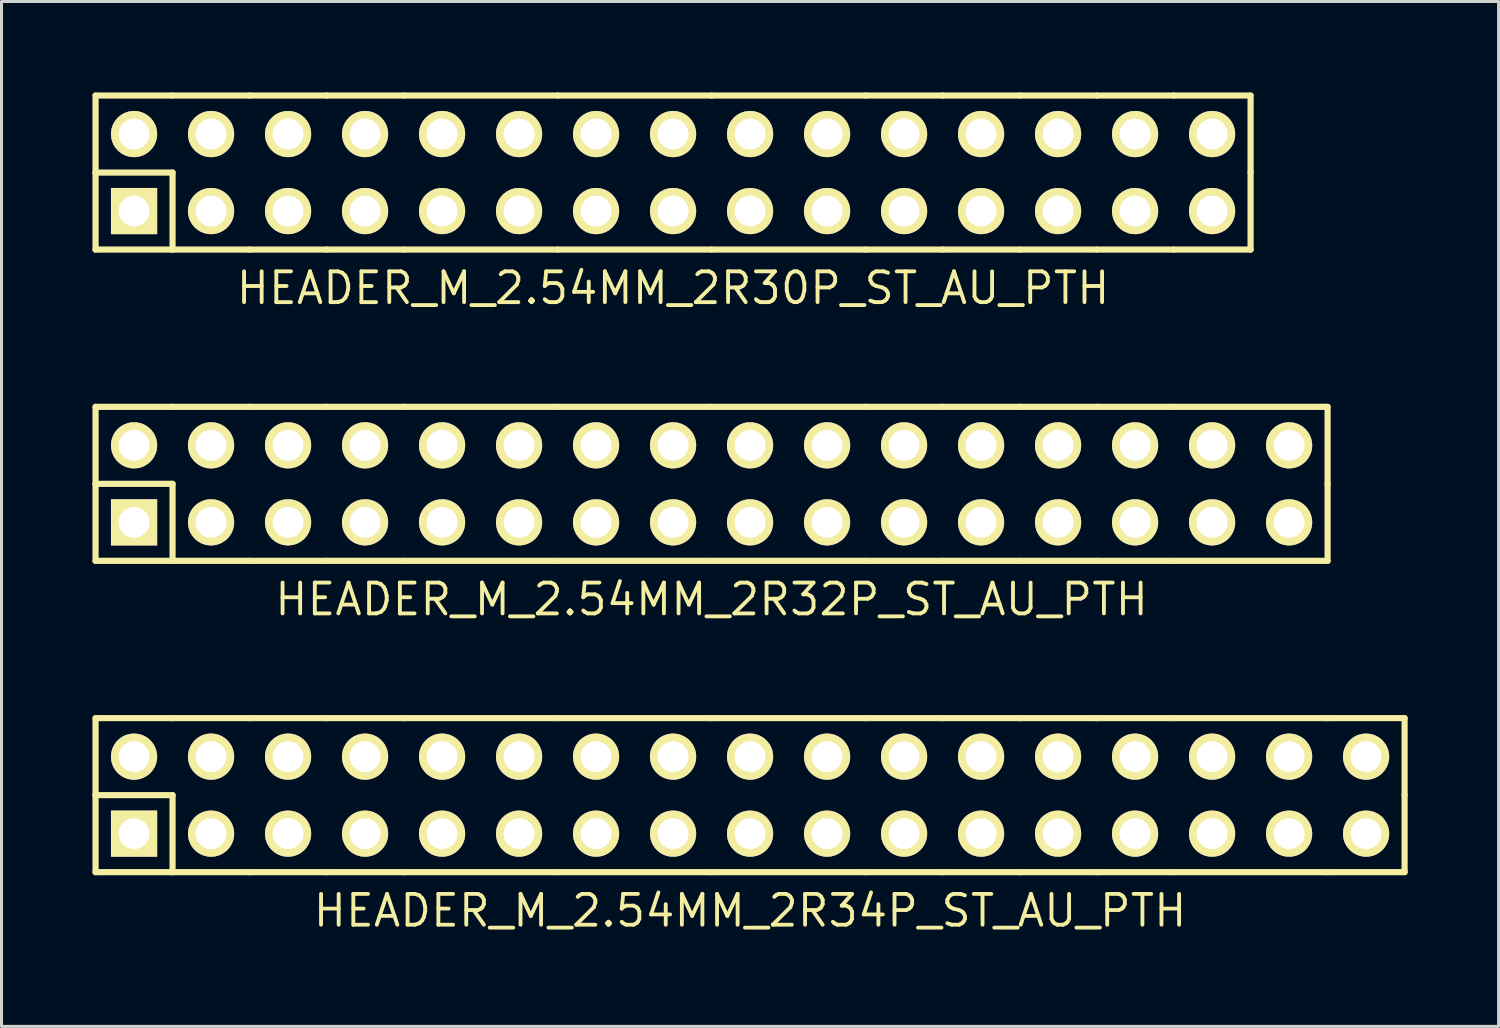
<source format=kicad_pcb>
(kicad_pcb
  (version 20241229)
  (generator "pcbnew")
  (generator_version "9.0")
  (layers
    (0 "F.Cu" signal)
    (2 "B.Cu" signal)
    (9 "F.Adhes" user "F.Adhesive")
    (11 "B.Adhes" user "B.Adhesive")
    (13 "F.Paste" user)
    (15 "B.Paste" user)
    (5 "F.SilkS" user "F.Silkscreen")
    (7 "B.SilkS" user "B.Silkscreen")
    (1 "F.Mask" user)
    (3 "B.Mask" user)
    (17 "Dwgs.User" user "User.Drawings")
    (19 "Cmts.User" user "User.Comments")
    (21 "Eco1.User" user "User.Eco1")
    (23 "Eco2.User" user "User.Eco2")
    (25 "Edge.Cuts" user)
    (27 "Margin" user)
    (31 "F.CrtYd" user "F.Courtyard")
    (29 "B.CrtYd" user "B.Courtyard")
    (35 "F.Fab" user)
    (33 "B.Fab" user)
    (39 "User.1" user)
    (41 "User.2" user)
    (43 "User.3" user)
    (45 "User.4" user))
  (footprint "HEADER_M_2.54MM_2R32P_ST_AU_PTH"
    (layer "F.Cu")
    (at 20.422 12.91)
    (property "Reference" "HEADER_M_2.54MM_2R32P_ST_AU_PTH" (at 0 3.81 0) (layer "F.SilkS") (effects (font (size 1.016 1.016) (thickness 0.127))))
    (attr through_hole)
    (fp_line (start -20.32 -2.54) (end -17.78 -2.54) (stroke (width 0.203) (type solid)) (layer "F.SilkS"))
    (fp_line (start -20.32 0) (end -20.32 -2.54) (stroke (width 0.203) (type solid)) (layer "F.SilkS"))
    (fp_line (start -20.32 0) (end -17.78 0) (stroke (width 0.203) (type solid)) (layer "F.SilkS"))
    (fp_line (start -20.32 2.54) (end -20.32 0) (stroke (width 0.203) (type solid)) (layer "F.SilkS"))
    (fp_line (start -20.32 2.54) (end -17.78 2.54) (stroke (width 0.203) (type solid)) (layer "F.SilkS"))
    (fp_line (start -17.78 -2.54) (end -15.24 -2.54) (stroke (width 0.203) (type solid)) (layer "F.SilkS"))
    (fp_line (start -17.78 0) (end -17.78 2.54) (stroke (width 0.203) (type solid)) (layer "F.SilkS"))
    (fp_line (start -17.78 2.54) (end -15.24 2.54) (stroke (width 0.203) (type solid)) (layer "F.SilkS"))
    (fp_line (start -15.24 -2.54) (end -12.7 -2.54) (stroke (width 0.203) (type solid)) (layer "F.SilkS"))
    (fp_line (start -15.24 2.54) (end -12.7 2.54) (stroke (width 0.203) (type solid)) (layer "F.SilkS"))
    (fp_line (start -12.7 -2.54) (end -10.16 -2.54) (stroke (width 0.203) (type solid)) (layer "F.SilkS"))
    (fp_line (start -12.7 2.54) (end -10.16 2.54) (stroke (width 0.203) (type solid)) (layer "F.SilkS"))
    (fp_line (start -10.16 -2.54) (end -5.08 -2.54) (stroke (width 0.203) (type solid)) (layer "F.SilkS"))
    (fp_line (start -10.16 2.54) (end -5.08 2.54) (stroke (width 0.203) (type solid)) (layer "F.SilkS"))
    (fp_line (start -5.08 -2.54) (end 0 -2.54) (stroke (width 0.203) (type solid)) (layer "F.SilkS"))
    (fp_line (start -5.08 2.54) (end 0 2.54) (stroke (width 0.203) (type solid)) (layer "F.SilkS"))
    (fp_line (start 0 -2.54) (end 5.08 -2.54) (stroke (width 0.203) (type solid)) (layer "F.SilkS"))
    (fp_line (start 0 2.54) (end 5.08 2.54) (stroke (width 0.203) (type solid)) (layer "F.SilkS"))
    (fp_line (start 5.08 -2.54) (end 7.62 -2.54) (stroke (width 0.203) (type solid)) (layer "F.SilkS"))
    (fp_line (start 5.08 2.54) (end 7.62 2.54) (stroke (width 0.203) (type solid)) (layer "F.SilkS"))
    (fp_line (start 7.62 -2.54) (end 10.16 -2.54) (stroke (width 0.203) (type solid)) (layer "F.SilkS"))
    (fp_line (start 7.62 2.54) (end 10.16 2.54) (stroke (width 0.203) (type solid)) (layer "F.SilkS"))
    (fp_line (start 10.16 -2.54) (end 12.7 -2.54) (stroke (width 0.203) (type solid)) (layer "F.SilkS"))
    (fp_line (start 10.16 2.54) (end 12.7 2.54) (stroke (width 0.203) (type solid)) (layer "F.SilkS"))
    (fp_line (start 12.7 -2.54) (end 15.24 -2.54) (stroke (width 0.203) (type solid)) (layer "F.SilkS"))
    (fp_line (start 12.7 2.54) (end 15.24 2.54) (stroke (width 0.203) (type solid)) (layer "F.SilkS"))
    (fp_line (start 15.24 -2.54) (end 20.32 -2.54) (stroke (width 0.203) (type solid)) (layer "F.SilkS"))
    (fp_line (start 15.24 2.54) (end 20.32 2.54) (stroke (width 0.203) (type solid)) (layer "F.SilkS"))
    (fp_line (start 20.32 -2.54) (end 20.32 0) (stroke (width 0.203) (type solid)) (layer "F.SilkS"))
    (fp_line (start 20.32 0) (end 20.32 2.54) (stroke (width 0.203) (type solid)) (layer "F.SilkS"))
    (pad "1" thru_hole rect (at -19.05 1.27) (size 1.524 1.524) (drill 1.016) (layers "*.Cu" "*.Mask" "F.SilkS"))
    (pad "2" thru_hole circle (at -19.05 -1.27) (size 1.524 1.524) (drill 1.016) (layers "*.Cu" "*.Mask" "F.SilkS"))
    (pad "3" thru_hole circle (at -16.51 -1.27) (size 1.524 1.524) (drill 1.016) (layers "*.Cu" "*.Mask" "F.SilkS"))
    (pad "4" thru_hole circle (at -16.51 1.27) (size 1.524 1.524) (drill 1.016) (layers "*.Cu" "*.Mask" "F.SilkS"))
    (pad "5" thru_hole circle (at -13.97 1.27) (size 1.524 1.524) (drill 1.016) (layers "*.Cu" "*.Mask" "F.SilkS"))
    (pad "6" thru_hole circle (at -13.97 -1.27) (size 1.524 1.524) (drill 1.016) (layers "*.Cu" "*.Mask" "F.SilkS"))
    (pad "7" thru_hole circle (at -11.43 1.27) (size 1.524 1.524) (drill 1.016) (layers "*.Cu" "*.Mask" "F.SilkS"))
    (pad "8" thru_hole circle (at -11.43 -1.27) (size 1.524 1.524) (drill 1.016) (layers "*.Cu" "*.Mask" "F.SilkS"))
    (pad "9" thru_hole circle (at -8.89 1.27) (size 1.524 1.524) (drill 1.016) (layers "*.Cu" "*.Mask" "F.SilkS"))
    (pad "10" thru_hole circle (at -8.89 -1.27) (size 1.524 1.524) (drill 1.016) (layers "*.Cu" "*.Mask" "F.SilkS"))
    (pad "11" thru_hole circle (at -6.35 1.27) (size 1.524 1.524) (drill 1.016) (layers "*.Cu" "*.Mask" "F.SilkS"))
    (pad "12" thru_hole circle (at -6.35 -1.27) (size 1.524 1.524) (drill 1.016) (layers "*.Cu" "*.Mask" "F.SilkS"))
    (pad "13" thru_hole circle (at -3.81 1.27) (size 1.524 1.524) (drill 1.016) (layers "*.Cu" "*.Mask" "F.SilkS"))
    (pad "14" thru_hole circle (at -3.81 -1.27) (size 1.524 1.524) (drill 1.016) (layers "*.Cu" "*.Mask" "F.SilkS"))
    (pad "15" thru_hole circle (at -1.27 1.27) (size 1.524 1.524) (drill 1.016) (layers "*.Cu" "*.Mask" "F.SilkS"))
    (pad "16" thru_hole circle (at -1.27 -1.27) (size 1.524 1.524) (drill 1.016) (layers "*.Cu" "*.Mask" "F.SilkS"))
    (pad "17" thru_hole circle (at 1.27 1.27) (size 1.524 1.524) (drill 1.016) (layers "*.Cu" "*.Mask" "F.SilkS"))
    (pad "18" thru_hole circle (at 1.27 -1.27) (size 1.524 1.524) (drill 1.016) (layers "*.Cu" "*.Mask" "F.SilkS"))
    (pad "19" thru_hole circle (at 3.81 1.27) (size 1.524 1.524) (drill 1.016) (layers "*.Cu" "*.Mask" "F.SilkS"))
    (pad "20" thru_hole circle (at 3.81 -1.27) (size 1.524 1.524) (drill 1.016) (layers "*.Cu" "*.Mask" "F.SilkS"))
    (pad "21" thru_hole circle (at 6.35 1.27) (size 1.524 1.524) (drill 1.016) (layers "*.Cu" "*.Mask" "F.SilkS"))
    (pad "22" thru_hole circle (at 6.35 -1.27) (size 1.524 1.524) (drill 1.016) (layers "*.Cu" "*.Mask" "F.SilkS"))
    (pad "23" thru_hole circle (at 8.89 1.27) (size 1.524 1.524) (drill 1.016) (layers "*.Cu" "*.Mask" "F.SilkS"))
    (pad "24" thru_hole circle (at 8.89 -1.27) (size 1.524 1.524) (drill 1.016) (layers "*.Cu" "*.Mask" "F.SilkS"))
    (pad "25" thru_hole circle (at 11.43 1.27) (size 1.524 1.524) (drill 1.016) (layers "*.Cu" "*.Mask" "F.SilkS"))
    (pad "26" thru_hole circle (at 11.43 -1.27) (size 1.524 1.524) (drill 1.016) (layers "*.Cu" "*.Mask" "F.SilkS"))
    (pad "27" thru_hole circle (at 13.97 1.27) (size 1.524 1.524) (drill 1.016) (layers "*.Cu" "*.Mask" "F.SilkS"))
    (pad "28" thru_hole circle (at 13.97 -1.27) (size 1.524 1.524) (drill 1.016) (layers "*.Cu" "*.Mask" "F.SilkS"))
    (pad "29" thru_hole circle (at 16.51 1.27) (size 1.524 1.524) (drill 1.016) (layers "*.Cu" "*.Mask" "F.SilkS"))
    (pad "30" thru_hole circle (at 16.51 -1.27) (size 1.524 1.524) (drill 1.016) (layers "*.Cu" "*.Mask" "F.SilkS"))
    (pad "31" thru_hole circle (at 19.05 1.27) (size 1.524 1.524) (drill 1.016) (layers "*.Cu" "*.Mask" "F.SilkS"))
    (pad "32" thru_hole circle (at 19.05 -1.27) (size 1.524 1.524) (drill 1.016) (layers "*.Cu" "*.Mask" "F.SilkS")))
  (footprint "HEADER_M_2.54MM_2R34P_ST_AU_PTH"
    (layer "F.Cu")
    (at 21.692 23.179)
    (property "Reference" "HEADER_M_2.54MM_2R34P_ST_AU_PTH" (at 0 3.81 0) (layer "F.SilkS") (effects (font (size 1.016 1.016) (thickness 0.127))))
    (attr through_hole)
    (fp_line (start -21.59 -2.54) (end -19.05 -2.54) (stroke (width 0.203) (type solid)) (layer "F.SilkS"))
    (fp_line (start -21.59 0) (end -21.59 -2.54) (stroke (width 0.203) (type solid)) (layer "F.SilkS"))
    (fp_line (start -21.59 0) (end -19.05 0) (stroke (width 0.203) (type solid)) (layer "F.SilkS"))
    (fp_line (start -21.59 2.54) (end -21.59 0) (stroke (width 0.203) (type solid)) (layer "F.SilkS"))
    (fp_line (start -21.59 2.54) (end -19.05 2.54) (stroke (width 0.203) (type solid)) (layer "F.SilkS"))
    (fp_line (start -19.05 -2.54) (end -16.51 -2.54) (stroke (width 0.203) (type solid)) (layer "F.SilkS"))
    (fp_line (start -19.05 0) (end -19.05 2.54) (stroke (width 0.203) (type solid)) (layer "F.SilkS"))
    (fp_line (start -19.05 2.54) (end -16.51 2.54) (stroke (width 0.203) (type solid)) (layer "F.SilkS"))
    (fp_line (start -16.51 -2.54) (end -13.97 -2.54) (stroke (width 0.203) (type solid)) (layer "F.SilkS"))
    (fp_line (start -16.51 2.54) (end -13.97 2.54) (stroke (width 0.203) (type solid)) (layer "F.SilkS"))
    (fp_line (start -13.97 -2.54) (end -11.43 -2.54) (stroke (width 0.203) (type solid)) (layer "F.SilkS"))
    (fp_line (start -13.97 2.54) (end -11.43 2.54) (stroke (width 0.203) (type solid)) (layer "F.SilkS"))
    (fp_line (start -11.43 -2.54) (end -6.35 -2.54) (stroke (width 0.203) (type solid)) (layer "F.SilkS"))
    (fp_line (start -11.43 2.54) (end -6.35 2.54) (stroke (width 0.203) (type solid)) (layer "F.SilkS"))
    (fp_line (start -6.35 -2.54) (end -1.27 -2.54) (stroke (width 0.203) (type solid)) (layer "F.SilkS"))
    (fp_line (start -6.35 2.54) (end -1.27 2.54) (stroke (width 0.203) (type solid)) (layer "F.SilkS"))
    (fp_line (start -1.27 -2.54) (end 3.81 -2.54) (stroke (width 0.203) (type solid)) (layer "F.SilkS"))
    (fp_line (start -1.27 2.54) (end 3.81 2.54) (stroke (width 0.203) (type solid)) (layer "F.SilkS"))
    (fp_line (start 3.81 -2.54) (end 6.35 -2.54) (stroke (width 0.203) (type solid)) (layer "F.SilkS"))
    (fp_line (start 3.81 2.54) (end 6.35 2.54) (stroke (width 0.203) (type solid)) (layer "F.SilkS"))
    (fp_line (start 6.35 -2.54) (end 8.89 -2.54) (stroke (width 0.203) (type solid)) (layer "F.SilkS"))
    (fp_line (start 6.35 2.54) (end 8.89 2.54) (stroke (width 0.203) (type solid)) (layer "F.SilkS"))
    (fp_line (start 8.89 -2.54) (end 11.43 -2.54) (stroke (width 0.203) (type solid)) (layer "F.SilkS"))
    (fp_line (start 8.89 2.54) (end 11.43 2.54) (stroke (width 0.203) (type solid)) (layer "F.SilkS"))
    (fp_line (start 11.43 -2.54) (end 13.97 -2.54) (stroke (width 0.203) (type solid)) (layer "F.SilkS"))
    (fp_line (start 11.43 2.54) (end 13.97 2.54) (stroke (width 0.203) (type solid)) (layer "F.SilkS"))
    (fp_line (start 13.97 -2.54) (end 19.05 -2.54) (stroke (width 0.203) (type solid)) (layer "F.SilkS"))
    (fp_line (start 13.97 2.54) (end 19.05 2.54) (stroke (width 0.203) (type solid)) (layer "F.SilkS"))
    (fp_line (start 19.05 -2.54) (end 21.59 -2.54) (stroke (width 0.203) (type solid)) (layer "F.SilkS"))
    (fp_line (start 19.05 2.54) (end 21.59 2.54) (stroke (width 0.203) (type solid)) (layer "F.SilkS"))
    (fp_line (start 21.59 -2.54) (end 21.59 0) (stroke (width 0.203) (type solid)) (layer "F.SilkS"))
    (fp_line (start 21.59 0) (end 21.59 2.54) (stroke (width 0.203) (type solid)) (layer "F.SilkS"))
    (pad "1" thru_hole rect (at -20.32 1.27) (size 1.524 1.524) (drill 1.016) (layers "*.Cu" "*.Mask" "F.SilkS"))
    (pad "2" thru_hole circle (at -20.32 -1.27) (size 1.524 1.524) (drill 1.016) (layers "*.Cu" "*.Mask" "F.SilkS"))
    (pad "3" thru_hole circle (at -17.78 -1.27) (size 1.524 1.524) (drill 1.016) (layers "*.Cu" "*.Mask" "F.SilkS"))
    (pad "4" thru_hole circle (at -17.78 1.27) (size 1.524 1.524) (drill 1.016) (layers "*.Cu" "*.Mask" "F.SilkS"))
    (pad "5" thru_hole circle (at -15.24 1.27) (size 1.524 1.524) (drill 1.016) (layers "*.Cu" "*.Mask" "F.SilkS"))
    (pad "6" thru_hole circle (at -15.24 -1.27) (size 1.524 1.524) (drill 1.016) (layers "*.Cu" "*.Mask" "F.SilkS"))
    (pad "7" thru_hole circle (at -12.7 1.27) (size 1.524 1.524) (drill 1.016) (layers "*.Cu" "*.Mask" "F.SilkS"))
    (pad "8" thru_hole circle (at -12.7 -1.27) (size 1.524 1.524) (drill 1.016) (layers "*.Cu" "*.Mask" "F.SilkS"))
    (pad "9" thru_hole circle (at -10.16 1.27) (size 1.524 1.524) (drill 1.016) (layers "*.Cu" "*.Mask" "F.SilkS"))
    (pad "10" thru_hole circle (at -10.16 -1.27) (size 1.524 1.524) (drill 1.016) (layers "*.Cu" "*.Mask" "F.SilkS"))
    (pad "11" thru_hole circle (at -7.62 1.27) (size 1.524 1.524) (drill 1.016) (layers "*.Cu" "*.Mask" "F.SilkS"))
    (pad "12" thru_hole circle (at -7.62 -1.27) (size 1.524 1.524) (drill 1.016) (layers "*.Cu" "*.Mask" "F.SilkS"))
    (pad "13" thru_hole circle (at -5.08 1.27) (size 1.524 1.524) (drill 1.016) (layers "*.Cu" "*.Mask" "F.SilkS"))
    (pad "14" thru_hole circle (at -5.08 -1.27) (size 1.524 1.524) (drill 1.016) (layers "*.Cu" "*.Mask" "F.SilkS"))
    (pad "15" thru_hole circle (at -2.54 1.27) (size 1.524 1.524) (drill 1.016) (layers "*.Cu" "*.Mask" "F.SilkS"))
    (pad "16" thru_hole circle (at -2.54 -1.27) (size 1.524 1.524) (drill 1.016) (layers "*.Cu" "*.Mask" "F.SilkS"))
    (pad "17" thru_hole circle (at 0 1.27) (size 1.524 1.524) (drill 1.016) (layers "*.Cu" "*.Mask" "F.SilkS"))
    (pad "18" thru_hole circle (at 0 -1.27) (size 1.524 1.524) (drill 1.016) (layers "*.Cu" "*.Mask" "F.SilkS"))
    (pad "19" thru_hole circle (at 2.54 1.27) (size 1.524 1.524) (drill 1.016) (layers "*.Cu" "*.Mask" "F.SilkS"))
    (pad "20" thru_hole circle (at 2.54 -1.27) (size 1.524 1.524) (drill 1.016) (layers "*.Cu" "*.Mask" "F.SilkS"))
    (pad "21" thru_hole circle (at 5.08 1.27) (size 1.524 1.524) (drill 1.016) (layers "*.Cu" "*.Mask" "F.SilkS"))
    (pad "22" thru_hole circle (at 5.08 -1.27) (size 1.524 1.524) (drill 1.016) (layers "*.Cu" "*.Mask" "F.SilkS"))
    (pad "23" thru_hole circle (at 7.62 1.27) (size 1.524 1.524) (drill 1.016) (layers "*.Cu" "*.Mask" "F.SilkS"))
    (pad "24" thru_hole circle (at 7.62 -1.27) (size 1.524 1.524) (drill 1.016) (layers "*.Cu" "*.Mask" "F.SilkS"))
    (pad "25" thru_hole circle (at 10.16 1.27) (size 1.524 1.524) (drill 1.016) (layers "*.Cu" "*.Mask" "F.SilkS"))
    (pad "26" thru_hole circle (at 10.16 -1.27) (size 1.524 1.524) (drill 1.016) (layers "*.Cu" "*.Mask" "F.SilkS"))
    (pad "27" thru_hole circle (at 12.7 1.27) (size 1.524 1.524) (drill 1.016) (layers "*.Cu" "*.Mask" "F.SilkS"))
    (pad "28" thru_hole circle (at 12.7 -1.27) (size 1.524 1.524) (drill 1.016) (layers "*.Cu" "*.Mask" "F.SilkS"))
    (pad "29" thru_hole circle (at 15.24 1.27) (size 1.524 1.524) (drill 1.016) (layers "*.Cu" "*.Mask" "F.SilkS"))
    (pad "30" thru_hole circle (at 15.24 -1.27) (size 1.524 1.524) (drill 1.016) (layers "*.Cu" "*.Mask" "F.SilkS"))
    (pad "31" thru_hole circle (at 17.78 1.27) (size 1.524 1.524) (drill 1.016) (layers "*.Cu" "*.Mask" "F.SilkS"))
    (pad "32" thru_hole circle (at 17.78 -1.27) (size 1.524 1.524) (drill 1.016) (layers "*.Cu" "*.Mask" "F.SilkS"))
    (pad "33" thru_hole circle (at 20.32 1.27) (size 1.524 1.524) (drill 1.016) (layers "*.Cu" "*.Mask" "F.SilkS"))
    (pad "34" thru_hole circle (at 20.32 -1.27) (size 1.524 1.524) (drill 1.016) (layers "*.Cu" "*.Mask" "F.SilkS")))
  (footprint "HEADER_M_2.54MM_2R30P_ST_AU_PTH"
    (layer "F.Cu")
    (at 19.152 2.642)
    (property "Reference" "HEADER_M_2.54MM_2R30P_ST_AU_PTH" (at 0 3.81 0) (layer "F.SilkS") (effects (font (size 1.016 1.016) (thickness 0.127))))
    (attr through_hole)
    (fp_line (start -19.05 -2.54) (end -16.51 -2.54) (stroke (width 0.203) (type solid)) (layer "F.SilkS"))
    (fp_line (start -19.05 0) (end -19.05 -2.54) (stroke (width 0.203) (type solid)) (layer "F.SilkS"))
    (fp_line (start -19.05 0) (end -16.51 0) (stroke (width 0.203) (type solid)) (layer "F.SilkS"))
    (fp_line (start -19.05 2.54) (end -19.05 0) (stroke (width 0.203) (type solid)) (layer "F.SilkS"))
    (fp_line (start -19.05 2.54) (end -16.51 2.54) (stroke (width 0.203) (type solid)) (layer "F.SilkS"))
    (fp_line (start -16.51 -2.54) (end -13.97 -2.54) (stroke (width 0.203) (type solid)) (layer "F.SilkS"))
    (fp_line (start -16.51 0) (end -16.51 2.54) (stroke (width 0.203) (type solid)) (layer "F.SilkS"))
    (fp_line (start -16.51 2.54) (end -13.97 2.54) (stroke (width 0.203) (type solid)) (layer "F.SilkS"))
    (fp_line (start -13.97 -2.54) (end -11.43 -2.54) (stroke (width 0.203) (type solid)) (layer "F.SilkS"))
    (fp_line (start -13.97 2.54) (end -11.43 2.54) (stroke (width 0.203) (type solid)) (layer "F.SilkS"))
    (fp_line (start -11.43 -2.54) (end -8.89 -2.54) (stroke (width 0.203) (type solid)) (layer "F.SilkS"))
    (fp_line (start -11.43 2.54) (end -8.89 2.54) (stroke (width 0.203) (type solid)) (layer "F.SilkS"))
    (fp_line (start -8.89 -2.54) (end -3.81 -2.54) (stroke (width 0.203) (type solid)) (layer "F.SilkS"))
    (fp_line (start -8.89 2.54) (end -3.81 2.54) (stroke (width 0.203) (type solid)) (layer "F.SilkS"))
    (fp_line (start -3.81 -2.54) (end 1.27 -2.54) (stroke (width 0.203) (type solid)) (layer "F.SilkS"))
    (fp_line (start -3.81 2.54) (end 1.27 2.54) (stroke (width 0.203) (type solid)) (layer "F.SilkS"))
    (fp_line (start 1.27 -2.54) (end 6.35 -2.54) (stroke (width 0.203) (type solid)) (layer "F.SilkS"))
    (fp_line (start 1.27 2.54) (end 6.35 2.54) (stroke (width 0.203) (type solid)) (layer "F.SilkS"))
    (fp_line (start 6.35 -2.54) (end 8.89 -2.54) (stroke (width 0.203) (type solid)) (layer "F.SilkS"))
    (fp_line (start 6.35 2.54) (end 8.89 2.54) (stroke (width 0.203) (type solid)) (layer "F.SilkS"))
    (fp_line (start 8.89 -2.54) (end 11.43 -2.54) (stroke (width 0.203) (type solid)) (layer "F.SilkS"))
    (fp_line (start 8.89 2.54) (end 11.43 2.54) (stroke (width 0.203) (type solid)) (layer "F.SilkS"))
    (fp_line (start 11.43 -2.54) (end 13.97 -2.54) (stroke (width 0.203) (type solid)) (layer "F.SilkS"))
    (fp_line (start 11.43 2.54) (end 13.97 2.54) (stroke (width 0.203) (type solid)) (layer "F.SilkS"))
    (fp_line (start 13.97 -2.54) (end 16.51 -2.54) (stroke (width 0.203) (type solid)) (layer "F.SilkS"))
    (fp_line (start 13.97 2.54) (end 16.51 2.54) (stroke (width 0.203) (type solid)) (layer "F.SilkS"))
    (fp_line (start 16.51 -2.54) (end 19.05 -2.54) (stroke (width 0.203) (type solid)) (layer "F.SilkS"))
    (fp_line (start 16.51 2.54) (end 19.05 2.54) (stroke (width 0.203) (type solid)) (layer "F.SilkS"))
    (fp_line (start 19.05 -2.54) (end 19.05 0) (stroke (width 0.203) (type solid)) (layer "F.SilkS"))
    (fp_line (start 19.05 0) (end 19.05 2.54) (stroke (width 0.203) (type solid)) (layer "F.SilkS"))
    (pad "1" thru_hole rect (at -17.78 1.27) (size 1.524 1.524) (drill 1.016) (layers "*.Cu" "*.Mask" "F.SilkS"))
    (pad "2" thru_hole circle (at -17.78 -1.27) (size 1.524 1.524) (drill 1.016) (layers "*.Cu" "*.Mask" "F.SilkS"))
    (pad "3" thru_hole circle (at -15.24 -1.27) (size 1.524 1.524) (drill 1.016) (layers "*.Cu" "*.Mask" "F.SilkS"))
    (pad "4" thru_hole circle (at -15.24 1.27) (size 1.524 1.524) (drill 1.016) (layers "*.Cu" "*.Mask" "F.SilkS"))
    (pad "5" thru_hole circle (at -12.7 1.27) (size 1.524 1.524) (drill 1.016) (layers "*.Cu" "*.Mask" "F.SilkS"))
    (pad "6" thru_hole circle (at -12.7 -1.27) (size 1.524 1.524) (drill 1.016) (layers "*.Cu" "*.Mask" "F.SilkS"))
    (pad "7" thru_hole circle (at -10.16 1.27) (size 1.524 1.524) (drill 1.016) (layers "*.Cu" "*.Mask" "F.SilkS"))
    (pad "8" thru_hole circle (at -10.16 -1.27) (size 1.524 1.524) (drill 1.016) (layers "*.Cu" "*.Mask" "F.SilkS"))
    (pad "9" thru_hole circle (at -7.62 1.27) (size 1.524 1.524) (drill 1.016) (layers "*.Cu" "*.Mask" "F.SilkS"))
    (pad "10" thru_hole circle (at -7.62 -1.27) (size 1.524 1.524) (drill 1.016) (layers "*.Cu" "*.Mask" "F.SilkS"))
    (pad "11" thru_hole circle (at -5.08 1.27) (size 1.524 1.524) (drill 1.016) (layers "*.Cu" "*.Mask" "F.SilkS"))
    (pad "12" thru_hole circle (at -5.08 -1.27) (size 1.524 1.524) (drill 1.016) (layers "*.Cu" "*.Mask" "F.SilkS"))
    (pad "13" thru_hole circle (at -2.54 1.27) (size 1.524 1.524) (drill 1.016) (layers "*.Cu" "*.Mask" "F.SilkS"))
    (pad "14" thru_hole circle (at -2.54 -1.27) (size 1.524 1.524) (drill 1.016) (layers "*.Cu" "*.Mask" "F.SilkS"))
    (pad "15" thru_hole circle (at 0 1.27) (size 1.524 1.524) (drill 1.016) (layers "*.Cu" "*.Mask" "F.SilkS"))
    (pad "16" thru_hole circle (at 0 -1.27) (size 1.524 1.524) (drill 1.016) (layers "*.Cu" "*.Mask" "F.SilkS"))
    (pad "17" thru_hole circle (at 2.54 1.27) (size 1.524 1.524) (drill 1.016) (layers "*.Cu" "*.Mask" "F.SilkS"))
    (pad "18" thru_hole circle (at 2.54 -1.27) (size 1.524 1.524) (drill 1.016) (layers "*.Cu" "*.Mask" "F.SilkS"))
    (pad "19" thru_hole circle (at 5.08 1.27) (size 1.524 1.524) (drill 1.016) (layers "*.Cu" "*.Mask" "F.SilkS"))
    (pad "20" thru_hole circle (at 5.08 -1.27) (size 1.524 1.524) (drill 1.016) (layers "*.Cu" "*.Mask" "F.SilkS"))
    (pad "21" thru_hole circle (at 7.62 1.27) (size 1.524 1.524) (drill 1.016) (layers "*.Cu" "*.Mask" "F.SilkS"))
    (pad "22" thru_hole circle (at 7.62 -1.27) (size 1.524 1.524) (drill 1.016) (layers "*.Cu" "*.Mask" "F.SilkS"))
    (pad "23" thru_hole circle (at 10.16 1.27) (size 1.524 1.524) (drill 1.016) (layers "*.Cu" "*.Mask" "F.SilkS"))
    (pad "24" thru_hole circle (at 10.16 -1.27) (size 1.524 1.524) (drill 1.016) (layers "*.Cu" "*.Mask" "F.SilkS"))
    (pad "25" thru_hole circle (at 12.7 1.27) (size 1.524 1.524) (drill 1.016) (layers "*.Cu" "*.Mask" "F.SilkS"))
    (pad "26" thru_hole circle (at 12.7 -1.27) (size 1.524 1.524) (drill 1.016) (layers "*.Cu" "*.Mask" "F.SilkS"))
    (pad "27" thru_hole circle (at 15.24 1.27) (size 1.524 1.524) (drill 1.016) (layers "*.Cu" "*.Mask" "F.SilkS"))
    (pad "28" thru_hole circle (at 15.24 -1.27) (size 1.524 1.524) (drill 1.016) (layers "*.Cu" "*.Mask" "F.SilkS"))
    (pad "29" thru_hole circle (at 17.78 1.27) (size 1.524 1.524) (drill 1.016) (layers "*.Cu" "*.Mask" "F.SilkS"))
    (pad "30" thru_hole circle (at 17.78 -1.27) (size 1.524 1.524) (drill 1.016) (layers "*.Cu" "*.Mask" "F.SilkS")))
  (gr_rect
    (start -3 -3)
    (end 46.383 30.807)
    (stroke (width 0.1) (type default))
    (fill no)
    (layer "Edge.Cuts")))
</source>
